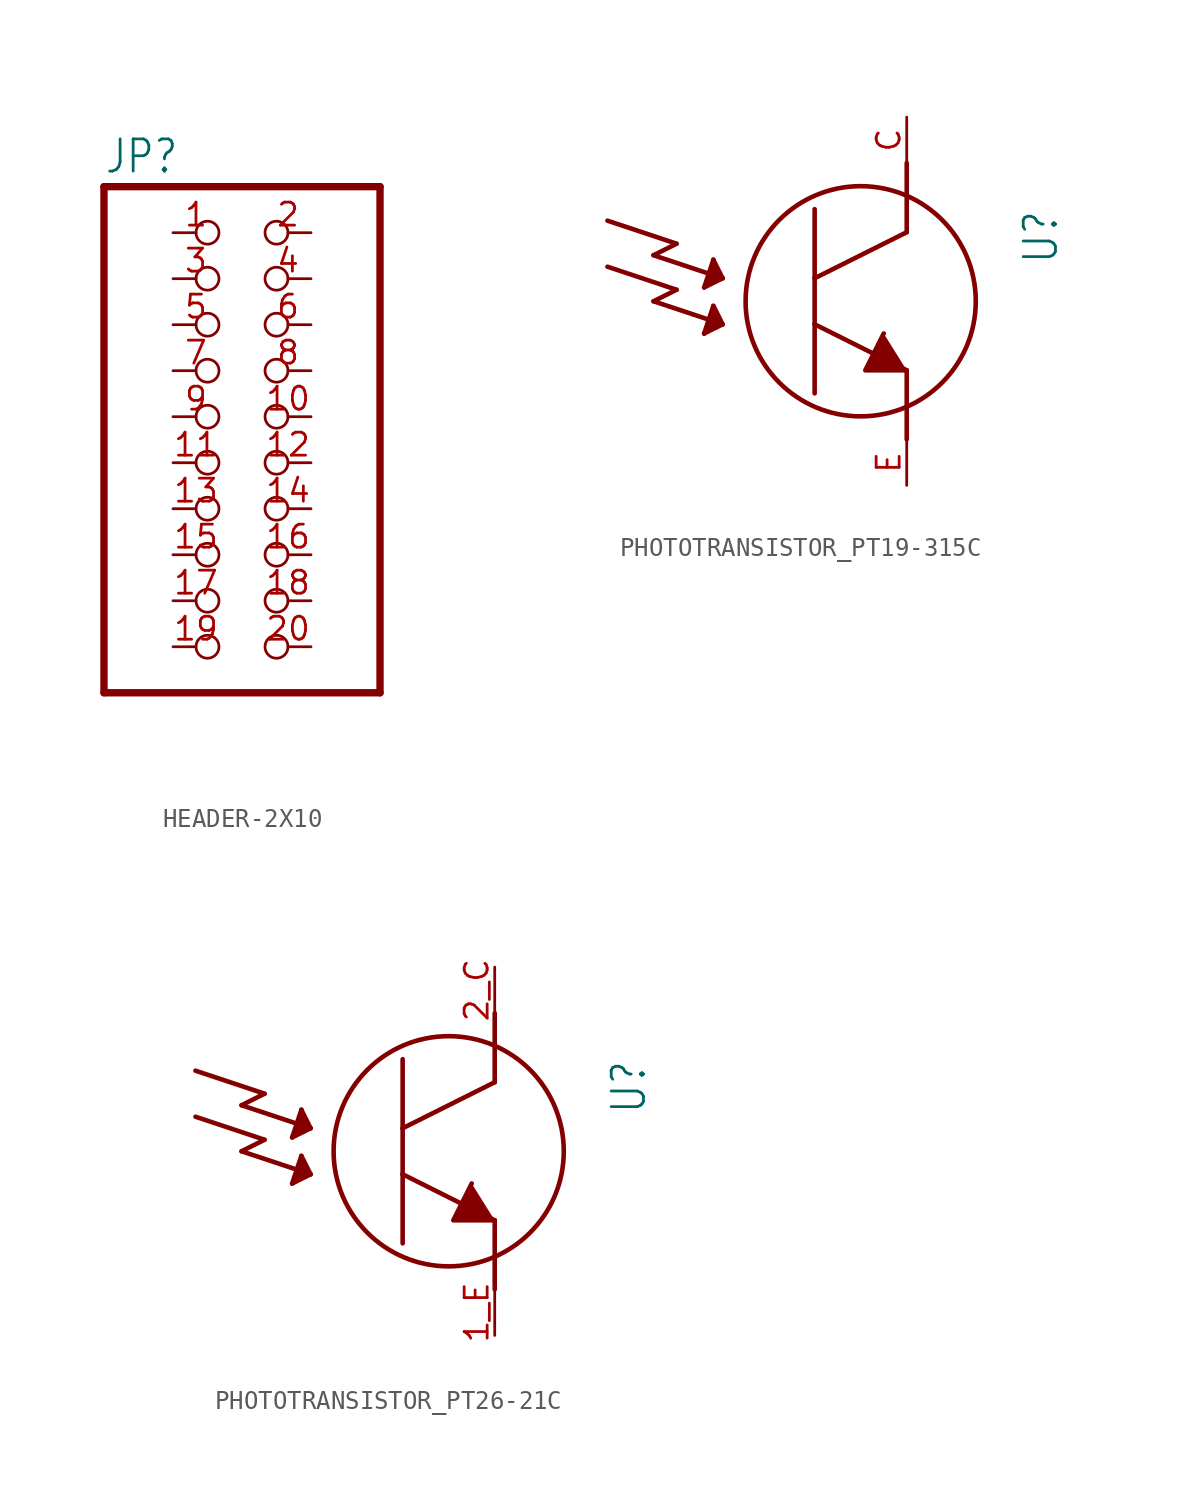
<source format=kicad_sym>
(kicad_symbol_lib
  (version 20231120)
  (generator "kicad_symbol_editor")
  (generator_version "8.0")
  (symbol "HEADER-2X10"
    (property "Reference" "JP"
      (at -6.35 13.335 0)
      (effects (font (size 1.778 1.511)) (justify left bottom)))
    (property "Value" ""
      (at -6.35 -17.78 0)
      (effects (font (size 1.778 1.511)) (justify left bottom)))
    (property "ki_locked" ""
      (at 0 0 0)
      (effects (font (size 1.27 1.27))))
    (symbol "HEADER-2X10_1_0"
      (polyline (pts (xy -6.35 -15.24) (xy 8.89 -15.24)) (stroke (width 0.406) (type solid)) (fill (type none)))
      (polyline (pts (xy -6.35 12.7) (xy -6.35 -15.24)) (stroke (width 0.406) (type solid)) (fill (type none)))
      (polyline (pts (xy 8.89 -15.24) (xy 8.89 12.7)) (stroke (width 0.406) (type solid)) (fill (type none)))
      (polyline (pts (xy 8.89 12.7) (xy -6.35 12.7)) (stroke (width 0.406) (type solid)) (fill (type none)))
      (pin passive inverted (at -2.54 10.16 0) (length 2.54) (name "1" (effects (font (size 0 0)))) (number "1" (effects (font (size 1.27 1.27)))))
      (pin passive inverted (at 5.08 0 180) (length 2.54) (name "10" (effects (font (size 0 0)))) (number "10" (effects (font (size 1.27 1.27)))))
      (pin passive inverted (at -2.54 -2.54 0) (length 2.54) (name "11" (effects (font (size 0 0)))) (number "11" (effects (font (size 1.27 1.27)))))
      (pin passive inverted (at 5.08 -2.54 180) (length 2.54) (name "12" (effects (font (size 0 0)))) (number "12" (effects (font (size 1.27 1.27)))))
      (pin passive inverted (at -2.54 -5.08 0) (length 2.54) (name "13" (effects (font (size 0 0)))) (number "13" (effects (font (size 1.27 1.27)))))
      (pin passive inverted (at 5.08 -5.08 180) (length 2.54) (name "14" (effects (font (size 0 0)))) (number "14" (effects (font (size 1.27 1.27)))))
      (pin passive inverted (at -2.54 -7.62 0) (length 2.54) (name "15" (effects (font (size 0 0)))) (number "15" (effects (font (size 1.27 1.27)))))
      (pin passive inverted (at 5.08 -7.62 180) (length 2.54) (name "16" (effects (font (size 0 0)))) (number "16" (effects (font (size 1.27 1.27)))))
      (pin passive inverted (at -2.54 -10.16 0) (length 2.54) (name "17" (effects (font (size 0 0)))) (number "17" (effects (font (size 1.27 1.27)))))
      (pin passive inverted (at 5.08 -10.16 180) (length 2.54) (name "18" (effects (font (size 0 0)))) (number "18" (effects (font (size 1.27 1.27)))))
      (pin passive inverted (at -2.54 -12.7 0) (length 2.54) (name "19" (effects (font (size 0 0)))) (number "19" (effects (font (size 1.27 1.27)))))
      (pin passive inverted (at 5.08 10.16 180) (length 2.54) (name "2" (effects (font (size 0 0)))) (number "2" (effects (font (size 1.27 1.27)))))
      (pin passive inverted (at 5.08 -12.7 180) (length 2.54) (name "20" (effects (font (size 0 0)))) (number "20" (effects (font (size 1.27 1.27)))))
      (pin passive inverted (at -2.54 7.62 0) (length 2.54) (name "3" (effects (font (size 0 0)))) (number "3" (effects (font (size 1.27 1.27)))))
      (pin passive inverted (at 5.08 7.62 180) (length 2.54) (name "4" (effects (font (size 0 0)))) (number "4" (effects (font (size 1.27 1.27)))))
      (pin passive inverted (at -2.54 5.08 0) (length 2.54) (name "5" (effects (font (size 0 0)))) (number "5" (effects (font (size 1.27 1.27)))))
      (pin passive inverted (at 5.08 5.08 180) (length 2.54) (name "6" (effects (font (size 0 0)))) (number "6" (effects (font (size 1.27 1.27)))))
      (pin passive inverted (at -2.54 2.54 0) (length 2.54) (name "7" (effects (font (size 0 0)))) (number "7" (effects (font (size 1.27 1.27)))))
      (pin passive inverted (at 5.08 2.54 180) (length 2.54) (name "8" (effects (font (size 0 0)))) (number "8" (effects (font (size 1.27 1.27)))))
      (pin passive inverted (at -2.54 0 0) (length 2.54) (name "9" (effects (font (size 0 0)))) (number "9" (effects (font (size 1.27 1.27)))))))
  (symbol "PHOTOTRANSISTOR_PT19-315C"
    (property "Reference" "U"
      (at 8.89 5.08 90)
      (effects (font (size 1.778 1.511)) (justify right top)))
    (property "Value" ""
      (at -17.78 5.08 90)
      (effects (font (size 1.778 1.511)) (justify right top)))
    (property "ki_locked" ""
      (at 0 0 0)
      (effects (font (size 1.27 1.27))))
    (symbol "PHOTOTRANSISTOR_PT19-315C_1_0"
      (polyline (pts (xy -13.97 1.905) (xy -10.16 0.635)) (stroke (width 0.254) (type solid)) (fill (type none)))
      (polyline (pts (xy -13.97 4.445) (xy -10.16 3.175)) (stroke (width 0.254) (type solid)) (fill (type none)))
      (polyline (pts (xy -11.43 0) (xy -7.62 -1.27)) (stroke (width 0.254) (type solid)) (fill (type none)))
      (polyline (pts (xy -11.43 2.54) (xy -7.62 1.27)) (stroke (width 0.254) (type solid)) (fill (type none)))
      (polyline (pts (xy -10.16 0.635) (xy -11.43 0)) (stroke (width 0.254) (type solid)) (fill (type none)))
      (polyline (pts (xy -10.16 3.175) (xy -11.43 2.54)) (stroke (width 0.254) (type solid)) (fill (type none)))
      (polyline (pts (xy -8.636 -1.778) (xy -8.128 -0.254)) (stroke (width 0.254) (type solid)) (fill (type none)))
      (polyline (pts (xy -8.636 -1.778) (xy -7.874 -1.27)) (stroke (width 0.254) (type solid)) (fill (type none)))
      (polyline (pts (xy -8.636 0.762) (xy -7.62 1.27)) (stroke (width 0.254) (type solid)) (fill (type none)))
      (polyline (pts (xy -8.382 -1.524) (xy -8.128 -1.27)) (stroke (width 0.254) (type solid)) (fill (type none)))
      (polyline (pts (xy -8.382 -1.27) (xy -8.128 -0.508)) (stroke (width 0.254) (type solid)) (fill (type none)))
      (polyline (pts (xy -8.382 1.016) (xy -8.382 1.27)) (stroke (width 0.254) (type solid)) (fill (type none)))
      (polyline (pts (xy -8.382 1.27) (xy -8.128 1.27)) (stroke (width 0.254) (type solid)) (fill (type none)))
      (polyline (pts (xy -8.128 -1.27) (xy -8.382 -1.27)) (stroke (width 0.254) (type solid)) (fill (type none)))
      (polyline (pts (xy -8.128 -1.016) (xy -7.874 -1.016)) (stroke (width 0.254) (type solid)) (fill (type none)))
      (polyline (pts (xy -8.128 -0.762) (xy -8.128 -1.016)) (stroke (width 0.254) (type solid)) (fill (type none)))
      (polyline (pts (xy -8.128 -0.508) (xy -8.128 -0.762)) (stroke (width 0.254) (type solid)) (fill (type none)))
      (polyline (pts (xy -8.128 -0.254) (xy -7.62 -1.27)) (stroke (width 0.254) (type solid)) (fill (type none)))
      (polyline (pts (xy -8.128 1.27) (xy -7.874 1.27)) (stroke (width 0.254) (type solid)) (fill (type none)))
      (polyline (pts (xy -8.128 1.524) (xy -8.128 1.27)) (stroke (width 0.254) (type solid)) (fill (type none)))
      (polyline (pts (xy -8.128 1.524) (xy -7.874 1.524)) (stroke (width 0.254) (type solid)) (fill (type none)))
      (polyline (pts (xy -8.128 1.778) (xy -8.128 1.524)) (stroke (width 0.254) (type solid)) (fill (type none)))
      (polyline (pts (xy -8.128 2.286) (xy -8.636 0.762)) (stroke (width 0.254) (type solid)) (fill (type none)))
      (polyline (pts (xy -8.128 2.286) (xy -8.128 1.778)) (stroke (width 0.254) (type solid)) (fill (type none)))
      (polyline (pts (xy -7.874 -1.27) (xy -8.382 -1.524)) (stroke (width 0.254) (type solid)) (fill (type none)))
      (polyline (pts (xy -7.874 -1.016) (xy -8.128 -0.762)) (stroke (width 0.254) (type solid)) (fill (type none)))
      (polyline (pts (xy -7.874 1.27) (xy -8.382 1.016)) (stroke (width 0.254) (type solid)) (fill (type none)))
      (polyline (pts (xy -7.874 1.524) (xy -8.128 1.778)) (stroke (width 0.254) (type solid)) (fill (type none)))
      (polyline (pts (xy -7.62 -1.27) (xy -8.636 -1.778)) (stroke (width 0.254) (type solid)) (fill (type none)))
      (polyline (pts (xy -7.62 1.27) (xy -8.128 2.286)) (stroke (width 0.254) (type solid)) (fill (type none)))
      (polyline (pts (xy -2.54 -1.27) (xy -2.54 -5.08)) (stroke (width 0.254) (type solid)) (fill (type none)))
      (polyline (pts (xy -2.54 -1.27) (xy 2.54 -3.81)) (stroke (width 0.254) (type solid)) (fill (type none)))
      (polyline (pts (xy -2.54 1.27) (xy -2.54 -1.27)) (stroke (width 0.254) (type solid)) (fill (type none)))
      (polyline (pts (xy -2.54 5.08) (xy -2.54 1.27)) (stroke (width 0.254) (type solid)) (fill (type none)))
      (polyline (pts (xy 2.54 -3.81) (xy 2.54 -7.62)) (stroke (width 0.254) (type solid)) (fill (type none)))
      (polyline (pts (xy 2.54 3.81) (xy -2.54 1.27)) (stroke (width 0.254) (type solid)) (fill (type none)))
      (polyline (pts (xy 2.54 7.62) (xy 2.54 3.81)) (stroke (width 0.254) (type solid)) (fill (type none)))
      (polyline (pts (xy 1.27 -1.778) (xy 0.254 -3.81) (xy 2.54 -3.81)) (stroke (width 0.254) (type solid)) (fill (type outline)))
      (circle (center 0 0) (radius 6.35) (stroke (width 0.254) (type solid)) (fill (type none)))
      (pin bidirectional line (at 2.54 10.16 270) (length 2.54) (name "C" (effects (font (size 0 0)))) (number "C" (effects (font (size 1.27 1.27)))))
      (pin bidirectional line (at 2.54 -10.16 90) (length 2.54) (name "E" (effects (font (size 0 0)))) (number "E" (effects (font (size 1.27 1.27)))))))
  (symbol "PHOTOTRANSISTOR_PT26-21C"
    (property "Reference" "U"
      (at 8.89 5.08 90)
      (effects (font (size 1.778 1.511)) (justify right top)))
    (property "Value" ""
      (at -17.78 5.08 90)
      (effects (font (size 1.778 1.511)) (justify right top)))
    (property "ki_locked" ""
      (at 0 0 0)
      (effects (font (size 1.27 1.27))))
    (symbol "PHOTOTRANSISTOR_PT26-21C_1_0"
      (polyline (pts (xy -13.97 1.905) (xy -10.16 0.635)) (stroke (width 0.254) (type solid)) (fill (type none)))
      (polyline (pts (xy -13.97 4.445) (xy -10.16 3.175)) (stroke (width 0.254) (type solid)) (fill (type none)))
      (polyline (pts (xy -11.43 0) (xy -7.62 -1.27)) (stroke (width 0.254) (type solid)) (fill (type none)))
      (polyline (pts (xy -11.43 2.54) (xy -7.62 1.27)) (stroke (width 0.254) (type solid)) (fill (type none)))
      (polyline (pts (xy -10.16 0.635) (xy -11.43 0)) (stroke (width 0.254) (type solid)) (fill (type none)))
      (polyline (pts (xy -10.16 3.175) (xy -11.43 2.54)) (stroke (width 0.254) (type solid)) (fill (type none)))
      (polyline (pts (xy -8.636 -1.778) (xy -8.128 -0.254)) (stroke (width 0.254) (type solid)) (fill (type none)))
      (polyline (pts (xy -8.636 -1.778) (xy -7.874 -1.27)) (stroke (width 0.254) (type solid)) (fill (type none)))
      (polyline (pts (xy -8.636 0.762) (xy -7.62 1.27)) (stroke (width 0.254) (type solid)) (fill (type none)))
      (polyline (pts (xy -8.382 -1.524) (xy -8.128 -1.27)) (stroke (width 0.254) (type solid)) (fill (type none)))
      (polyline (pts (xy -8.382 -1.27) (xy -8.128 -0.508)) (stroke (width 0.254) (type solid)) (fill (type none)))
      (polyline (pts (xy -8.382 1.016) (xy -8.382 1.27)) (stroke (width 0.254) (type solid)) (fill (type none)))
      (polyline (pts (xy -8.382 1.27) (xy -8.128 1.27)) (stroke (width 0.254) (type solid)) (fill (type none)))
      (polyline (pts (xy -8.128 -1.27) (xy -8.382 -1.27)) (stroke (width 0.254) (type solid)) (fill (type none)))
      (polyline (pts (xy -8.128 -1.016) (xy -7.874 -1.016)) (stroke (width 0.254) (type solid)) (fill (type none)))
      (polyline (pts (xy -8.128 -0.762) (xy -8.128 -1.016)) (stroke (width 0.254) (type solid)) (fill (type none)))
      (polyline (pts (xy -8.128 -0.508) (xy -8.128 -0.762)) (stroke (width 0.254) (type solid)) (fill (type none)))
      (polyline (pts (xy -8.128 -0.254) (xy -7.62 -1.27)) (stroke (width 0.254) (type solid)) (fill (type none)))
      (polyline (pts (xy -8.128 1.27) (xy -7.874 1.27)) (stroke (width 0.254) (type solid)) (fill (type none)))
      (polyline (pts (xy -8.128 1.524) (xy -8.128 1.27)) (stroke (width 0.254) (type solid)) (fill (type none)))
      (polyline (pts (xy -8.128 1.524) (xy -7.874 1.524)) (stroke (width 0.254) (type solid)) (fill (type none)))
      (polyline (pts (xy -8.128 1.778) (xy -8.128 1.524)) (stroke (width 0.254) (type solid)) (fill (type none)))
      (polyline (pts (xy -8.128 2.286) (xy -8.636 0.762)) (stroke (width 0.254) (type solid)) (fill (type none)))
      (polyline (pts (xy -8.128 2.286) (xy -8.128 1.778)) (stroke (width 0.254) (type solid)) (fill (type none)))
      (polyline (pts (xy -7.874 -1.27) (xy -8.382 -1.524)) (stroke (width 0.254) (type solid)) (fill (type none)))
      (polyline (pts (xy -7.874 -1.016) (xy -8.128 -0.762)) (stroke (width 0.254) (type solid)) (fill (type none)))
      (polyline (pts (xy -7.874 1.27) (xy -8.382 1.016)) (stroke (width 0.254) (type solid)) (fill (type none)))
      (polyline (pts (xy -7.874 1.524) (xy -8.128 1.778)) (stroke (width 0.254) (type solid)) (fill (type none)))
      (polyline (pts (xy -7.62 -1.27) (xy -8.636 -1.778)) (stroke (width 0.254) (type solid)) (fill (type none)))
      (polyline (pts (xy -7.62 1.27) (xy -8.128 2.286)) (stroke (width 0.254) (type solid)) (fill (type none)))
      (polyline (pts (xy -2.54 -1.27) (xy -2.54 -5.08)) (stroke (width 0.254) (type solid)) (fill (type none)))
      (polyline (pts (xy -2.54 -1.27) (xy 2.54 -3.81)) (stroke (width 0.254) (type solid)) (fill (type none)))
      (polyline (pts (xy -2.54 1.27) (xy -2.54 -1.27)) (stroke (width 0.254) (type solid)) (fill (type none)))
      (polyline (pts (xy -2.54 5.08) (xy -2.54 1.27)) (stroke (width 0.254) (type solid)) (fill (type none)))
      (polyline (pts (xy 2.54 -3.81) (xy 2.54 -7.62)) (stroke (width 0.254) (type solid)) (fill (type none)))
      (polyline (pts (xy 2.54 3.81) (xy -2.54 1.27)) (stroke (width 0.254) (type solid)) (fill (type none)))
      (polyline (pts (xy 2.54 7.62) (xy 2.54 3.81)) (stroke (width 0.254) (type solid)) (fill (type none)))
      (polyline (pts (xy 1.27 -1.778) (xy 0.254 -3.81) (xy 2.54 -3.81)) (stroke (width 0.254) (type solid)) (fill (type outline)))
      (circle (center 0 0) (radius 6.35) (stroke (width 0.254) (type solid)) (fill (type none)))
      (pin bidirectional line (at 2.54 -10.16 90) (length 2.54) (name "E" (effects (font (size 0 0)))) (number "1_E" (effects (font (size 1.27 1.27)))))
      (pin bidirectional line (at 2.54 10.16 270) (length 2.54) (name "C" (effects (font (size 0 0)))) (number "2_C" (effects (font (size 1.27 1.27))))))))
</source>
